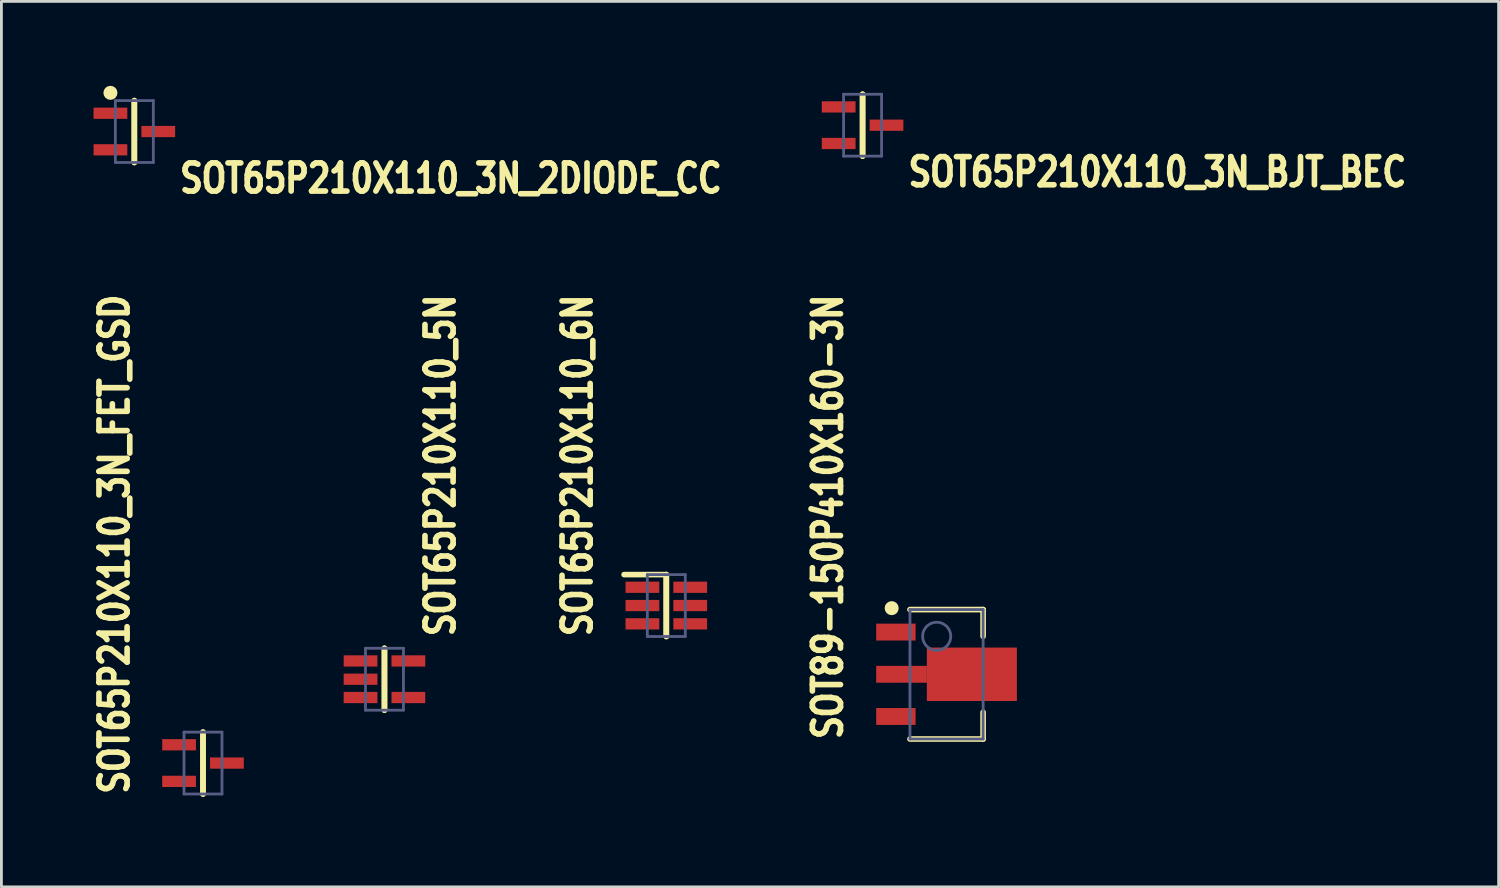
<source format=kicad_pcb>
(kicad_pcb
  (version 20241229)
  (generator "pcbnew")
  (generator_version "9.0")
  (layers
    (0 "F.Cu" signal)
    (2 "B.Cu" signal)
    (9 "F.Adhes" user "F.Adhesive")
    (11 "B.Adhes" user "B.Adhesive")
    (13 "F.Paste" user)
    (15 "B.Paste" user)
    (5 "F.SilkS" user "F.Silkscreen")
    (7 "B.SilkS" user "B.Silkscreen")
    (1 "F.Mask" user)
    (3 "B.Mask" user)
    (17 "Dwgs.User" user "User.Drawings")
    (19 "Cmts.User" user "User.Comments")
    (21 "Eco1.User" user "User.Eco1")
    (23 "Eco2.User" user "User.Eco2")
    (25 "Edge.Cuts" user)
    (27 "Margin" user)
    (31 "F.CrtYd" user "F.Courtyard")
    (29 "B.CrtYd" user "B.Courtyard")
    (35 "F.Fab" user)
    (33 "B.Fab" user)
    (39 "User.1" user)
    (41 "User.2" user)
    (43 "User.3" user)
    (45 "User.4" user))
  (footprint "SOT65P210X110_6N"
    (layer "F.Cu")
    (at 20.633 18.473)
    (property "Reference" "SOT65P210X110_6N" (at -2.574 1.188 90) (layer "F.SilkS") (effects (font (size 1 0.8) (thickness 0.2)) (justify left bottom)))
    (fp_line (start 0 -1.1) (end -1.5 -1.1) (stroke (width 0.2) (type default)) (layer "F.SilkS"))
    (fp_line (start 0 1.1) (end 0 -1.1) (stroke (width 0.2) (type solid)) (layer "F.SilkS"))
    (fp_line (start 0 1.1) (end 0 -1.1) (stroke (width 0.2) (type solid)) (layer "F.SilkS"))
    (fp_line (start -1.675 1.35) (end -1.675 -1.35) (stroke (width 0.1) (type solid)) (layer "Eco1.User"))
    (fp_line (start 0 0.5) (end 0 -0.5) (stroke (width 0.1) (type solid)) (layer "Eco1.User"))
    (fp_line (start 0.5 0) (end -0.5 0) (stroke (width 0.1) (type solid)) (layer "Eco1.User"))
    (fp_line (start 1.675 -1.35) (end -1.675 -1.35) (stroke (width 0.1) (type solid)) (layer "Eco1.User"))
    (fp_line (start 1.675 1.35) (end -1.675 1.35) (stroke (width 0.1) (type solid)) (layer "Eco1.User"))
    (fp_line (start 1.675 1.35) (end 1.675 -1.35) (stroke (width 0.1) (type solid)) (layer "Eco1.User"))
    (fp_line (start -0.675 1.1) (end -0.675 -1.1) (stroke (width 0.1) (type solid)) (layer "B.Fab"))
    (fp_line (start 0.675 -1.1) (end -0.675 -1.1) (stroke (width 0.1) (type solid)) (layer "B.Fab"))
    (fp_line (start 0.675 1.1) (end -0.675 1.1) (stroke (width 0.1) (type solid)) (layer "B.Fab"))
    (fp_line (start 0.675 1.1) (end 0.675 -1.1) (stroke (width 0.1) (type solid)) (layer "B.Fab"))
    (pad "1" smd rect (at -0.85 -0.65 90) (size 0.4 1.2) (layers "F.Cu" "F.Mask" "F.Paste"))
    (pad "2" smd rect (at -0.85 0 90) (size 0.4 1.2) (layers "F.Cu" "F.Mask" "F.Paste"))
    (pad "3" smd rect (at -0.85 0.65 90) (size 0.4 1.2) (layers "F.Cu" "F.Mask" "F.Paste"))
    (pad "4" smd rect (at 0.85 0.65 90) (size 0.4 1.2) (layers "F.Cu" "F.Mask" "F.Paste"))
    (pad "5" smd rect (at 0.85 0 90) (size 0.4 1.2) (layers "F.Cu" "F.Mask" "F.Paste"))
    (pad "6" smd rect (at 0.85 -0.65 90) (size 0.4 1.2) (layers "F.Cu" "F.Mask" "F.Paste")))
  (footprint "SOT65P210X110_5N"
    (layer "F.Cu")
    (at 10.615 21.092)
    (property "Reference" "SOT65P210X110_5N" (at 2.572 -1.43 270) (layer "F.SilkS") (effects (font (size 1 0.8) (thickness 0.2)) (justify left bottom)))
    (fp_line (start 0 -1.1) (end 0 1.1) (stroke (width 0.2) (type solid)) (layer "F.SilkS"))
    (fp_line (start 0 -1.1) (end 0 1.1) (stroke (width 0.2) (type solid)) (layer "F.SilkS"))
    (fp_line (start -1.675 -1.35) (end -1.675 1.35) (stroke (width 0.1) (type solid)) (layer "Eco1.User"))
    (fp_line (start -1.675 -1.35) (end 1.675 -1.35) (stroke (width 0.1) (type solid)) (layer "Eco1.User"))
    (fp_line (start -1.675 1.35) (end 1.675 1.35) (stroke (width 0.1) (type solid)) (layer "Eco1.User"))
    (fp_line (start -0.5 0) (end 0.5 0) (stroke (width 0.1) (type solid)) (layer "Eco1.User"))
    (fp_line (start 0 -0.5) (end 0 0.5) (stroke (width 0.1) (type solid)) (layer "Eco1.User"))
    (fp_line (start 1.675 -1.35) (end 1.675 1.35) (stroke (width 0.1) (type solid)) (layer "Eco1.User"))
    (fp_line (start -0.675 -1.1) (end -0.675 1.1) (stroke (width 0.1) (type solid)) (layer "B.Fab"))
    (fp_line (start -0.675 -1.1) (end 0.675 -1.1) (stroke (width 0.1) (type solid)) (layer "B.Fab"))
    (fp_line (start -0.675 1.1) (end 0.675 1.1) (stroke (width 0.1) (type solid)) (layer "B.Fab"))
    (fp_line (start 0.675 -1.1) (end 0.675 1.1) (stroke (width 0.1) (type solid)) (layer "B.Fab"))
    (pad "1" smd rect (at -0.85 -0.65 90) (size 0.4 1.2) (layers "F.Cu" "F.Mask" "F.Paste"))
    (pad "2" smd rect (at -0.85 0 90) (size 0.4 1.2) (layers "F.Cu" "F.Mask" "F.Paste"))
    (pad "3" smd rect (at -0.85 0.65 90) (size 0.4 1.2) (layers "F.Cu" "F.Mask" "F.Paste"))
    (pad "4" smd rect (at 0.85 0.65 90) (size 0.4 1.2) (layers "F.Cu" "F.Mask" "F.Paste"))
    (pad "5" smd rect (at 0.85 -0.65 90) (size 0.4 1.2) (layers "F.Cu" "F.Mask" "F.Paste")))
  (footprint "SOT89-150P410X160-3N"
    (layer "F.Cu")
    (at 30.593 20.916)
    (property "Reference" "SOT89-150P410X160-3N" (at -3.636 2.402 90) (layer "F.SilkS") (effects (font (size 1 0.8) (thickness 0.2)) (justify left bottom)))
    (fp_line (start 1.3 -2.3) (end -1.3 -2.3) (stroke (width 0.2) (type solid)) (layer "F.SilkS"))
    (fp_line (start 1.3 -1.35) (end 1.3 -2.3) (stroke (width 0.2) (type solid)) (layer "F.SilkS"))
    (fp_line (start 1.3 2.3) (end -1.3 2.3) (stroke (width 0.2) (type solid)) (layer "F.SilkS"))
    (fp_line (start 1.3 2.3) (end 1.3 1.35) (stroke (width 0.2) (type solid)) (layer "F.SilkS"))
    (fp_circle (center -1.95 -2.35) (end -2.075 -2.35) (stroke (width 0.25) (type solid)) (fill no) (layer "F.SilkS"))
    (fp_line (start -2.75 2.55) (end -2.75 -2.55) (stroke (width 0.1) (type solid)) (layer "Eco1.User"))
    (fp_line (start 0 0.5) (end 0 -0.5) (stroke (width 0.1) (type solid)) (layer "Eco1.User"))
    (fp_line (start 0.5 0) (end -0.5 0) (stroke (width 0.1) (type solid)) (layer "Eco1.User"))
    (fp_line (start 2.75 -2.55) (end -2.75 -2.55) (stroke (width 0.1) (type solid)) (layer "Eco1.User"))
    (fp_line (start 2.75 2.55) (end -2.75 2.55) (stroke (width 0.1) (type solid)) (layer "Eco1.User"))
    (fp_line (start 2.75 2.55) (end 2.75 -2.55) (stroke (width 0.1) (type solid)) (layer "Eco1.User"))
    (fp_line (start -1.3 2.3) (end -1.3 -2.3) (stroke (width 0.1) (type solid)) (layer "B.Fab"))
    (fp_line (start 1.3 -2.3) (end -1.3 -2.3) (stroke (width 0.1) (type solid)) (layer "B.Fab"))
    (fp_line (start 1.3 2.3) (end -1.3 2.3) (stroke (width 0.1) (type solid)) (layer "B.Fab"))
    (fp_line (start 1.3 2.3) (end 1.3 -2.3) (stroke (width 0.1) (type solid)) (layer "B.Fab"))
    (fp_circle (center -0.35 -1.35) (end -0.85 -1.35) (stroke (width 0.1) (type solid)) (fill no) (layer "B.Fab"))
    (pad "1" smd rect (at -1.8 -1.5 90) (size 0.6 1.4) (layers "F.Cu" "F.Mask" "F.Paste"))
    (pad "2" smd rect (at -1.6 0 90) (size 0.6 1.8) (layers "F.Cu" "F.Mask" "F.Paste"))
    (pad "2" smd rect (at 0.9 0 90) (size 1.9 3.2) (layers "F.Cu" "F.Mask" "F.Paste"))
    (pad "3" smd rect (at -1.8 1.5 90) (size 0.6 1.4) (layers "F.Cu" "F.Mask" "F.Paste")))
  (footprint "SOT65P210X110_3N_BJT_BEC"
    (layer "F.Cu")
    (at 27.609 1.4)
    (property "Reference" "SOT65P210X110_3N_BJT_BEC" (at 1.528 2.25 180) (layer "F.SilkS") (effects (font (size 1 0.8) (thickness 0.2)) (justify left bottom)))
    (fp_line (start 0 -1.1) (end 0 1.1) (stroke (width 0.2) (type solid)) (layer "F.SilkS"))
    (fp_line (start 0 -1.1) (end 0 1.1) (stroke (width 0.2) (type solid)) (layer "F.SilkS"))
    (fp_line (start -1.675 -1.35) (end -1.675 1.35) (stroke (width 0.1) (type solid)) (layer "Eco1.User"))
    (fp_line (start 0 -0.5) (end 0 0.5) (stroke (width 0.1) (type solid)) (layer "Eco1.User"))
    (fp_line (start 0.5 0) (end -0.5 0) (stroke (width 0.1) (type solid)) (layer "Eco1.User"))
    (fp_line (start 1.675 -1.35) (end -1.675 -1.35) (stroke (width 0.1) (type solid)) (layer "Eco1.User"))
    (fp_line (start 1.675 -1.35) (end 1.675 1.35) (stroke (width 0.1) (type solid)) (layer "Eco1.User"))
    (fp_line (start 1.675 1.35) (end -1.675 1.35) (stroke (width 0.1) (type solid)) (layer "Eco1.User"))
    (fp_line (start -0.675 -1.1) (end -0.675 1.1) (stroke (width 0.1) (type solid)) (layer "B.Fab"))
    (fp_line (start 0.675 -1.1) (end -0.675 -1.1) (stroke (width 0.1) (type solid)) (layer "B.Fab"))
    (fp_line (start 0.675 -1.1) (end 0.675 1.1) (stroke (width 0.1) (type solid)) (layer "B.Fab"))
    (fp_line (start 0.675 1.1) (end -0.675 1.1) (stroke (width 0.1) (type solid)) (layer "B.Fab"))
    (pad "B" smd rect (at -0.85 -0.65 90) (size 0.4 1.2) (layers "F.Cu" "F.Mask" "F.Paste"))
    (pad "C" smd rect (at 0.85 0 90) (size 0.4 1.2) (layers "F.Cu" "F.Mask" "F.Paste"))
    (pad "E" smd rect (at -0.85 0.65 90) (size 0.4 1.2) (layers "F.Cu" "F.Mask" "F.Paste")))
  (footprint "SOT65P210X110_3N_2DIODE_CC"
    (layer "F.Cu")
    (at 1.725 1.625)
    (property "Reference" "SOT65P210X110_3N_2DIODE_CC" (at 1.519 2.248 180) (layer "F.SilkS") (effects (font (size 1 0.8) (thickness 0.2)) (justify left bottom)))
    (fp_line (start 0 -1.1) (end 0 1.1) (stroke (width 0.2) (type solid)) (layer "F.SilkS"))
    (fp_line (start 0 -1.1) (end 0 1.1) (stroke (width 0.2) (type solid)) (layer "F.SilkS"))
    (fp_circle (center -0.85 -1.375) (end -0.85 -1.25) (stroke (width 0.25) (type solid)) (fill no) (layer "F.SilkS"))
    (fp_line (start -1.675 -1.35) (end -1.675 1.35) (stroke (width 0.1) (type solid)) (layer "Eco1.User"))
    (fp_line (start 0 -0.5) (end 0 0.5) (stroke (width 0.1) (type solid)) (layer "Eco1.User"))
    (fp_line (start 0.5 0) (end -0.5 0) (stroke (width 0.1) (type solid)) (layer "Eco1.User"))
    (fp_line (start 1.675 -1.35) (end -1.675 -1.35) (stroke (width 0.1) (type solid)) (layer "Eco1.User"))
    (fp_line (start 1.675 -1.35) (end 1.675 1.35) (stroke (width 0.1) (type solid)) (layer "Eco1.User"))
    (fp_line (start 1.675 1.35) (end -1.675 1.35) (stroke (width 0.1) (type solid)) (layer "Eco1.User"))
    (fp_line (start -0.675 -1.1) (end -0.675 1.1) (stroke (width 0.1) (type solid)) (layer "B.Fab"))
    (fp_line (start 0.675 -1.1) (end -0.675 -1.1) (stroke (width 0.1) (type solid)) (layer "B.Fab"))
    (fp_line (start 0.675 -1.1) (end 0.675 1.1) (stroke (width 0.1) (type solid)) (layer "B.Fab"))
    (fp_line (start 0.675 1.1) (end -0.675 1.1) (stroke (width 0.1) (type solid)) (layer "B.Fab"))
    (pad "A1" smd rect (at -0.85 -0.65 90) (size 0.4 1.2) (layers "F.Cu" "F.Mask" "F.Paste"))
    (pad "A2" smd rect (at -0.85 0.65 90) (size 0.4 1.2) (layers "F.Cu" "F.Mask" "F.Paste"))
    (pad "C" smd rect (at 0.85 0 90) (size 0.4 1.2) (layers "F.Cu" "F.Mask" "F.Paste")))
  (footprint "SOT65P210X110_3N_FET_GSD"
    (layer "F.Cu")
    (at 4.165 24.072)
    (property "Reference" "SOT65P210X110_3N_FET_GSD" (at -2.565 1.19 90) (layer "F.SilkS") (effects (font (size 1 0.8) (thickness 0.2)) (justify left bottom)))
    (fp_line (start 0 1.1) (end 0 -1.1) (stroke (width 0.2) (type solid)) (layer "F.SilkS"))
    (fp_line (start 0 1.1) (end 0 -1.1) (stroke (width 0.2) (type solid)) (layer "F.SilkS"))
    (fp_line (start -1.675 1.35) (end -1.675 -1.35) (stroke (width 0.1) (type solid)) (layer "Eco1.User"))
    (fp_line (start 0 0.5) (end 0 -0.5) (stroke (width 0.1) (type solid)) (layer "Eco1.User"))
    (fp_line (start 0.5 0) (end -0.5 0) (stroke (width 0.1) (type solid)) (layer "Eco1.User"))
    (fp_line (start 1.675 -1.35) (end -1.675 -1.35) (stroke (width 0.1) (type solid)) (layer "Eco1.User"))
    (fp_line (start 1.675 1.35) (end -1.675 1.35) (stroke (width 0.1) (type solid)) (layer "Eco1.User"))
    (fp_line (start 1.675 1.35) (end 1.675 -1.35) (stroke (width 0.1) (type solid)) (layer "Eco1.User"))
    (fp_line (start -0.675 1.1) (end -0.675 -1.1) (stroke (width 0.1) (type solid)) (layer "B.Fab"))
    (fp_line (start 0.675 -1.1) (end -0.675 -1.1) (stroke (width 0.1) (type solid)) (layer "B.Fab"))
    (fp_line (start 0.675 1.1) (end -0.675 1.1) (stroke (width 0.1) (type solid)) (layer "B.Fab"))
    (fp_line (start 0.675 1.1) (end 0.675 -1.1) (stroke (width 0.1) (type solid)) (layer "B.Fab"))
    (pad "D" smd rect (at 0.85 0 90) (size 0.4 1.2) (layers "F.Cu" "F.Mask" "F.Paste"))
    (pad "G" smd rect (at -0.85 -0.65 90) (size 0.4 1.2) (layers "F.Cu" "F.Mask" "F.Paste"))
    (pad "S" smd rect (at -0.85 0.65 90) (size 0.4 1.2) (layers "F.Cu" "F.Mask" "F.Paste")))
  (gr_rect
    (start -3 -3)
    (end 50.216 28.472)
    (stroke (width 0.1) (type default))
    (fill no)
    (layer "Edge.Cuts")))
</source>
